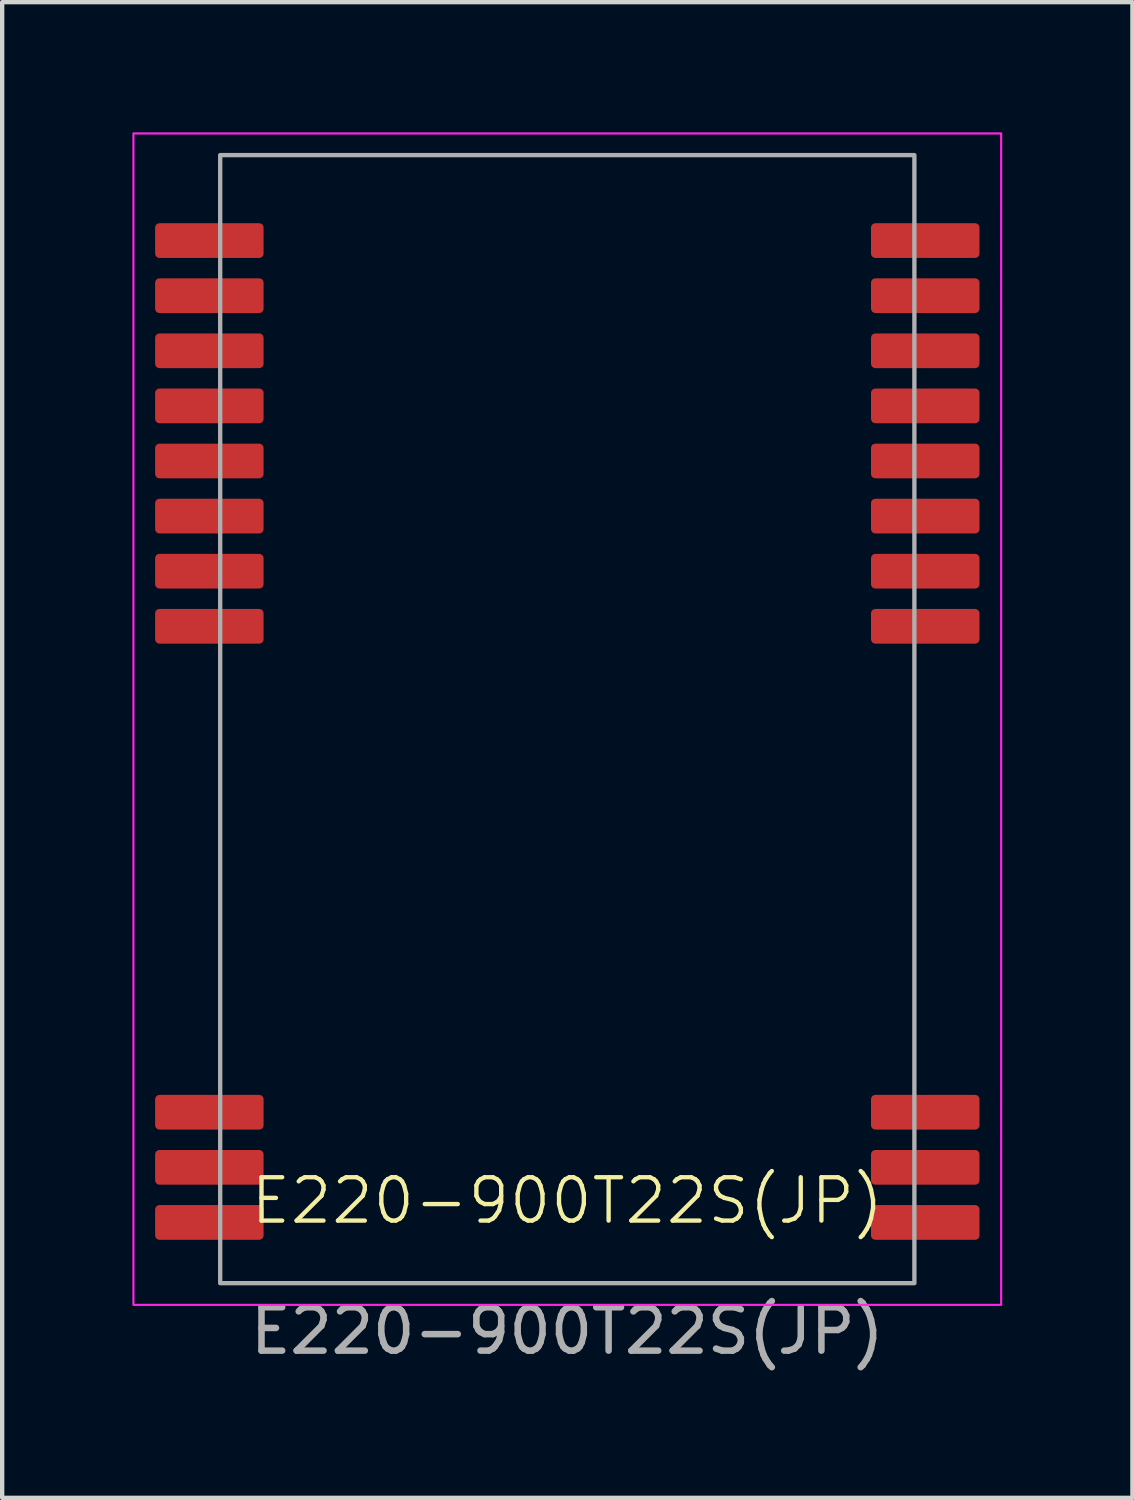
<source format=kicad_pcb>
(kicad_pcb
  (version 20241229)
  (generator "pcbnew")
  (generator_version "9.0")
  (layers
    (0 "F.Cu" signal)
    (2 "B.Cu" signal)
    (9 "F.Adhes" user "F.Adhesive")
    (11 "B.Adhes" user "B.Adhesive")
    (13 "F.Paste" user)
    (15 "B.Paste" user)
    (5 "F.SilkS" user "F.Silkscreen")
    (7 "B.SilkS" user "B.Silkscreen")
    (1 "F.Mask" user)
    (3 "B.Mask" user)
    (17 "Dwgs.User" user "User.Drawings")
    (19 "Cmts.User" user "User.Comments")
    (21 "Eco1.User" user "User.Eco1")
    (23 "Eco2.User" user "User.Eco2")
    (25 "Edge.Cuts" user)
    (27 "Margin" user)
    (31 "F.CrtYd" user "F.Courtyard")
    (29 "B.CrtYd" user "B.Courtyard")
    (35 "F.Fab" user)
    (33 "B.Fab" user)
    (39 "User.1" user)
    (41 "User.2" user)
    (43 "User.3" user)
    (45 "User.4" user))
  (footprint "E220-900T22S(JP)"
    (layer "F.Cu")
    (at 10.025 25.125)
    (property "Reference" "E220-900T22S(JP)" (at 0 -0.5 0) (unlocked yes) (layer "F.SilkS") (effects (font (size 1 1) (thickness 0.1))))
    (attr smd)
    (fp_rect (start -10 -25.1) (end 10 1.9) (stroke (width 0.05) (type default)) (fill no) (layer "F.CrtYd"))
    (fp_rect (start -8 -24.6) (end 8 1.4) (stroke (width 0.1) (type default)) (fill no) (layer "F.Fab"))
    (fp_text user "${REFERENCE}" (at 0 2.5 0) (unlocked yes) (layer "F.Fab") (effects (font (size 1 1) (thickness 0.15))))
    (pad "1" smd roundrect (at 8.25 0) (size 2.5 0.8) (layers "F.Cu" "F.Mask" "F.Paste") (roundrect_rratio 0.125))
    (pad "2" smd roundrect (at 8.25 -1.27) (size 2.5 0.8) (layers "F.Cu" "F.Mask" "F.Paste") (roundrect_rratio 0.125))
    (pad "3" smd roundrect (at 8.25 -2.54) (size 2.5 0.8) (layers "F.Cu" "F.Mask" "F.Paste") (roundrect_rratio 0.125))
    (pad "4" smd roundrect (at 8.25 -13.74) (size 2.5 0.8) (layers "F.Cu" "F.Mask" "F.Paste") (roundrect_rratio 0.125))
    (pad "5" smd roundrect (at 8.25 -15.01) (size 2.5 0.8) (layers "F.Cu" "F.Mask" "F.Paste") (roundrect_rratio 0.125))
    (pad "6" smd roundrect (at 8.25 -16.28) (size 2.5 0.8) (layers "F.Cu" "F.Mask" "F.Paste") (roundrect_rratio 0.125))
    (pad "7" smd roundrect (at 8.25 -17.55) (size 2.5 0.8) (layers "F.Cu" "F.Mask" "F.Paste") (roundrect_rratio 0.125))
    (pad "8" smd roundrect (at 8.25 -18.82) (size 2.5 0.8) (layers "F.Cu" "F.Mask" "F.Paste") (roundrect_rratio 0.125))
    (pad "9" smd roundrect (at 8.25 -20.09) (size 2.5 0.8) (layers "F.Cu" "F.Mask" "F.Paste") (roundrect_rratio 0.125))
    (pad "10" smd roundrect (at 8.25 -21.36) (size 2.5 0.8) (layers "F.Cu" "F.Mask" "F.Paste") (roundrect_rratio 0.125))
    (pad "11" smd roundrect (at 8.25 -22.63) (size 2.5 0.8) (layers "F.Cu" "F.Mask" "F.Paste") (roundrect_rratio 0.125))
    (pad "12" smd roundrect (at -8.25 -22.63) (size 2.5 0.8) (layers "F.Cu" "F.Mask" "F.Paste") (roundrect_rratio 0.125))
    (pad "13" smd roundrect (at -8.25 -21.36) (size 2.5 0.8) (layers "F.Cu" "F.Mask" "F.Paste") (roundrect_rratio 0.125))
    (pad "14" smd roundrect (at -8.25 -20.09) (size 2.5 0.8) (layers "F.Cu" "F.Mask" "F.Paste") (roundrect_rratio 0.125))
    (pad "15" smd roundrect (at -8.25 -18.82) (size 2.5 0.8) (layers "F.Cu" "F.Mask" "F.Paste") (roundrect_rratio 0.125))
    (pad "16" smd roundrect (at -8.25 -17.55) (size 2.5 0.8) (layers "F.Cu" "F.Mask" "F.Paste") (roundrect_rratio 0.125))
    (pad "17" smd roundrect (at -8.25 -16.28) (size 2.5 0.8) (layers "F.Cu" "F.Mask" "F.Paste") (roundrect_rratio 0.125))
    (pad "18" smd roundrect (at -8.25 -15.01) (size 2.5 0.8) (layers "F.Cu" "F.Mask" "F.Paste") (roundrect_rratio 0.125))
    (pad "19" smd roundrect (at -8.25 -13.74) (size 2.5 0.8) (layers "F.Cu" "F.Mask" "F.Paste") (roundrect_rratio 0.125))
    (pad "20" smd roundrect (at -8.25 -2.54) (size 2.5 0.8) (layers "F.Cu" "F.Mask" "F.Paste") (roundrect_rratio 0.125))
    (pad "21" smd roundrect (at -8.25 -1.27) (size 2.5 0.8) (layers "F.Cu" "F.Mask" "F.Paste") (roundrect_rratio 0.125))
    (pad "22" smd roundrect (at -8.25 0) (size 2.5 0.8) (layers "F.Cu" "F.Mask" "F.Paste") (roundrect_rratio 0.125)))
  (gr_rect
    (start -3 -3)
    (end 23.05 31.473)
    (stroke (width 0.1) (type default))
    (fill no)
    (layer "Edge.Cuts")))
</source>
